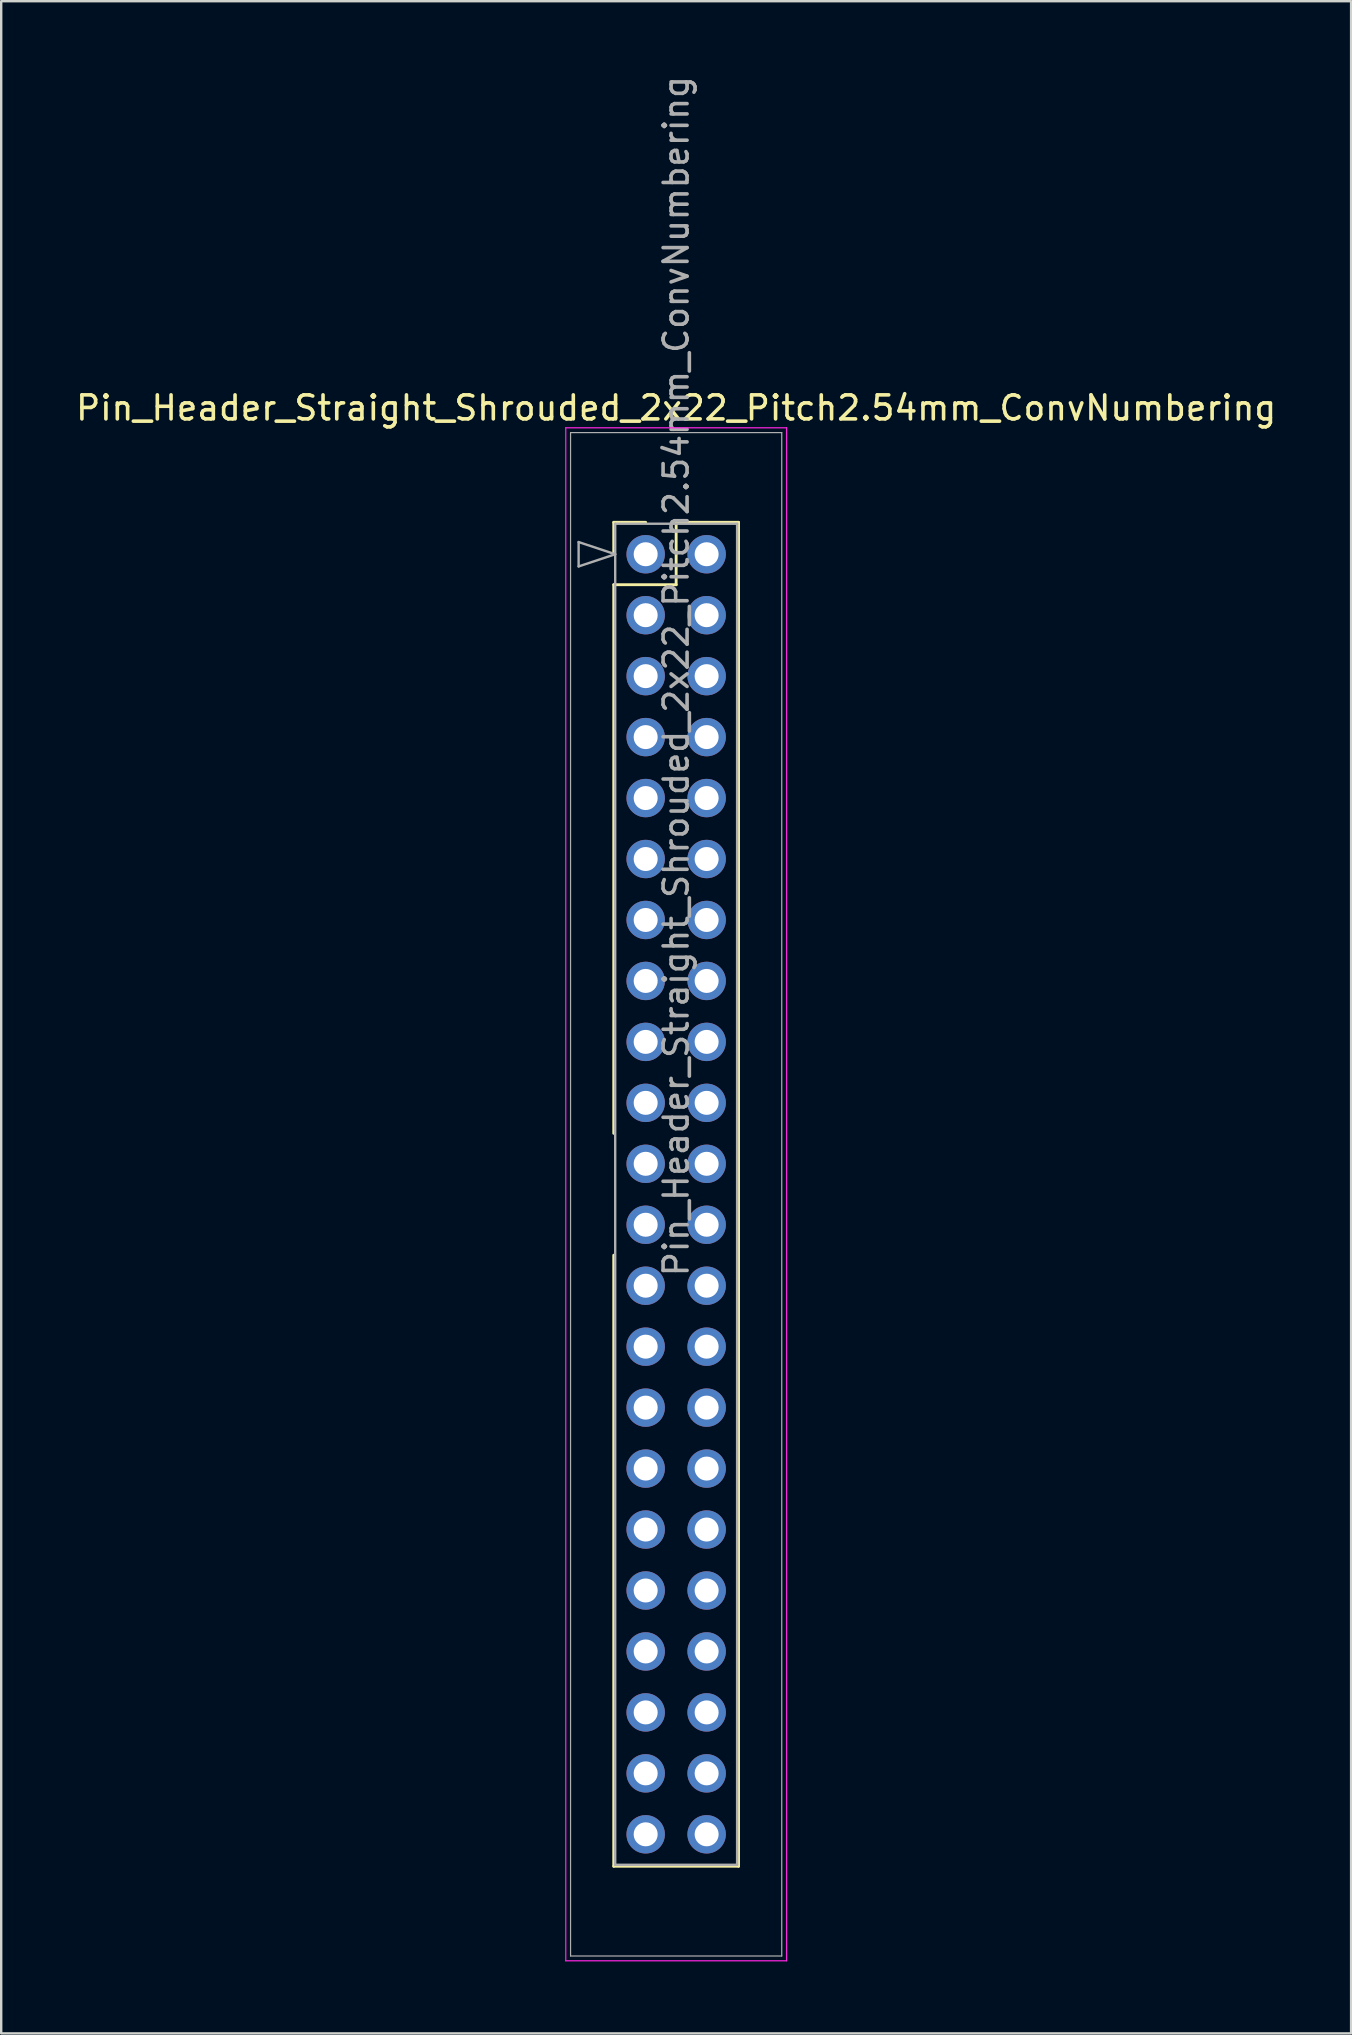
<source format=kicad_pcb>
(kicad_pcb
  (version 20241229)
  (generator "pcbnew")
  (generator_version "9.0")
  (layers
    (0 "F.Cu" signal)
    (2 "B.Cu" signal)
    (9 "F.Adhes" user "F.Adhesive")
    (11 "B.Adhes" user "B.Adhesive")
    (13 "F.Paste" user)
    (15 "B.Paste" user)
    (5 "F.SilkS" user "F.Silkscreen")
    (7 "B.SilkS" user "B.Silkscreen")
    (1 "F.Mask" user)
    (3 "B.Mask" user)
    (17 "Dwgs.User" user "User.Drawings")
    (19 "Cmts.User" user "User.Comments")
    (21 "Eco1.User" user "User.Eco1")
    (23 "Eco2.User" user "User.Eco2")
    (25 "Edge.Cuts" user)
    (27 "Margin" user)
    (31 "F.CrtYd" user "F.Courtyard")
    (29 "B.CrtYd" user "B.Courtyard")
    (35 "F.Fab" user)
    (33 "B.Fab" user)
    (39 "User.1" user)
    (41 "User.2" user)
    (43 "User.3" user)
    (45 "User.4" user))
  (footprint "Pin_Header_Straight_Shrouded_2x22_Pitch2.54mm_ConvNumbering"
    (layer "F.Cu")
    (at 23.855 20.045)
    (property "Reference" "Pin_Header_Straight_Shrouded_2x22_Pitch2.54mm_ConvNumbering" (at 1.27 -6.096 0) (layer "F.SilkS") (effects (font (size 1 1) (thickness 0.15))))
    (attr through_hole)
    (fp_line (start -1.33 -1.33) (end 0 -1.33) (stroke (width 0.12) (type solid)) (layer "F.SilkS"))
    (fp_line (start -1.33 0) (end -1.33 -1.33) (stroke (width 0.12) (type solid)) (layer "F.SilkS"))
    (fp_line (start -1.33 1.27) (end -1.33 24.13) (stroke (width 0.12) (type solid)) (layer "F.SilkS"))
    (fp_line (start -1.33 1.27) (end 1.27 1.27) (stroke (width 0.12) (type solid)) (layer "F.SilkS"))
    (fp_line (start -1.33 29.21) (end -1.33 54.67) (stroke (width 0.12) (type solid)) (layer "F.SilkS"))
    (fp_line (start -1.33 54.67) (end 3.87 54.67) (stroke (width 0.12) (type solid)) (layer "F.SilkS"))
    (fp_line (start 1.27 -1.33) (end 3.87 -1.33) (stroke (width 0.12) (type solid)) (layer "F.SilkS"))
    (fp_line (start 1.27 1.27) (end 1.27 -1.33) (stroke (width 0.12) (type solid)) (layer "F.SilkS"))
    (fp_line (start 3.87 -1.33) (end 3.87 54.67) (stroke (width 0.12) (type solid)) (layer "F.SilkS"))
    (fp_line (start -3.33 -5.27) (end -3.33 58.61) (stroke (width 0.05) (type solid)) (layer "F.CrtYd"))
    (fp_line (start -3.33 58.61) (end 5.87 58.61) (stroke (width 0.05) (type solid)) (layer "F.CrtYd"))
    (fp_line (start 5.87 -5.27) (end -3.33 -5.27) (stroke (width 0.05) (type solid)) (layer "F.CrtYd"))
    (fp_line (start 5.87 58.61) (end 5.87 -5.27) (stroke (width 0.05) (type solid)) (layer "F.CrtYd"))
    (fp_line (start -3.13 -5.07) (end -3.13 58.41) (stroke (width 0.05) (type solid)) (layer "F.Fab"))
    (fp_line (start -3.13 58.41) (end 5.67 58.41) (stroke (width 0.05) (type solid)) (layer "F.Fab"))
    (fp_line (start -2.794 -0.508) (end -1.27 0) (stroke (width 0.1) (type solid)) (layer "F.Fab"))
    (fp_line (start -2.794 0.508) (end -2.794 -0.508) (stroke (width 0.1) (type solid)) (layer "F.Fab"))
    (fp_line (start -1.27 -1.27) (end -1.27 54.61) (stroke (width 0.1) (type solid)) (layer "F.Fab"))
    (fp_line (start -1.27 0) (end -2.794 0.508) (stroke (width 0.1) (type solid)) (layer "F.Fab"))
    (fp_line (start -1.27 54.61) (end 3.81 54.61) (stroke (width 0.1) (type solid)) (layer "F.Fab"))
    (fp_line (start 3.81 -1.27) (end -1.27 -1.27) (stroke (width 0.1) (type solid)) (layer "F.Fab"))
    (fp_line (start 3.81 54.61) (end 3.81 -1.27) (stroke (width 0.1) (type solid)) (layer "F.Fab"))
    (fp_line (start 5.67 -5.07) (end -3.13 -5.07) (stroke (width 0.05) (type solid)) (layer "F.Fab"))
    (fp_line (start 5.67 58.41) (end 5.67 -5.07) (stroke (width 0.05) (type solid)) (layer "F.Fab"))
    (fp_text user "${REFERENCE}" (at 1.27 5.08 90) (layer "F.Fab") (effects (font (size 1 1) (thickness 0.15))))
    (pad "1" thru_hole oval (at 0 0) (size 1.6 1.6) (drill 1) (layers "*.Cu" "*.Mask"))
    (pad "2" thru_hole oval (at 2.54 0) (size 1.6 1.6) (drill 1) (layers "*.Cu" "*.Mask"))
    (pad "3" thru_hole oval (at 0 2.54) (size 1.6 1.6) (drill 1) (layers "*.Cu" "*.Mask"))
    (pad "4" thru_hole oval (at 2.54 2.54) (size 1.6 1.6) (drill 1) (layers "*.Cu" "*.Mask"))
    (pad "5" thru_hole oval (at 0 5.08) (size 1.6 1.6) (drill 1) (layers "*.Cu" "*.Mask"))
    (pad "6" thru_hole oval (at 2.54 5.08) (size 1.6 1.6) (drill 1) (layers "*.Cu" "*.Mask"))
    (pad "7" thru_hole oval (at 0 7.62) (size 1.6 1.6) (drill 1) (layers "*.Cu" "*.Mask"))
    (pad "8" thru_hole oval (at 2.54 7.62) (size 1.6 1.6) (drill 1) (layers "*.Cu" "*.Mask"))
    (pad "9" thru_hole oval (at 0 10.16) (size 1.6 1.6) (drill 1) (layers "*.Cu" "*.Mask"))
    (pad "10" thru_hole oval (at 2.54 10.16) (size 1.6 1.6) (drill 1) (layers "*.Cu" "*.Mask"))
    (pad "11" thru_hole oval (at 0 12.7) (size 1.6 1.6) (drill 1) (layers "*.Cu" "*.Mask"))
    (pad "12" thru_hole oval (at 2.54 12.7) (size 1.6 1.6) (drill 1) (layers "*.Cu" "*.Mask"))
    (pad "13" thru_hole oval (at 0 15.24) (size 1.6 1.6) (drill 1) (layers "*.Cu" "*.Mask"))
    (pad "14" thru_hole oval (at 2.54 15.24) (size 1.6 1.6) (drill 1) (layers "*.Cu" "*.Mask"))
    (pad "15" thru_hole oval (at 0 17.78) (size 1.6 1.6) (drill 1) (layers "*.Cu" "*.Mask"))
    (pad "16" thru_hole oval (at 2.54 17.78) (size 1.6 1.6) (drill 1) (layers "*.Cu" "*.Mask"))
    (pad "17" thru_hole oval (at 0 20.32) (size 1.6 1.6) (drill 1) (layers "*.Cu" "*.Mask"))
    (pad "18" thru_hole oval (at 2.54 20.32) (size 1.6 1.6) (drill 1) (layers "*.Cu" "*.Mask"))
    (pad "19" thru_hole oval (at 0 22.86) (size 1.6 1.6) (drill 1) (layers "*.Cu" "*.Mask"))
    (pad "20" thru_hole oval (at 2.54 22.86) (size 1.6 1.6) (drill 1) (layers "*.Cu" "*.Mask"))
    (pad "21" thru_hole oval (at 0 25.4) (size 1.6 1.6) (drill 1) (layers "*.Cu" "*.Mask"))
    (pad "22" thru_hole oval (at 2.54 25.4) (size 1.6 1.6) (drill 1) (layers "*.Cu" "*.Mask"))
    (pad "23" thru_hole oval (at 0 27.94) (size 1.6 1.6) (drill 1) (layers "*.Cu" "*.Mask"))
    (pad "24" thru_hole oval (at 2.54 27.94) (size 1.6 1.6) (drill 1) (layers "*.Cu" "*.Mask"))
    (pad "25" thru_hole oval (at 0 30.48) (size 1.6 1.6) (drill 1) (layers "*.Cu" "*.Mask"))
    (pad "26" thru_hole oval (at 2.54 30.48) (size 1.6 1.6) (drill 1) (layers "*.Cu" "*.Mask"))
    (pad "27" thru_hole oval (at 0 33.02) (size 1.6 1.6) (drill 1) (layers "*.Cu" "*.Mask"))
    (pad "28" thru_hole oval (at 2.54 33.02) (size 1.6 1.6) (drill 1) (layers "*.Cu" "*.Mask"))
    (pad "29" thru_hole oval (at 0 35.56) (size 1.6 1.6) (drill 1) (layers "*.Cu" "*.Mask"))
    (pad "30" thru_hole oval (at 2.54 35.56) (size 1.6 1.6) (drill 1) (layers "*.Cu" "*.Mask"))
    (pad "31" thru_hole oval (at 0 38.1) (size 1.6 1.6) (drill 1) (layers "*.Cu" "*.Mask"))
    (pad "32" thru_hole oval (at 2.54 38.1) (size 1.6 1.6) (drill 1) (layers "*.Cu" "*.Mask"))
    (pad "33" thru_hole oval (at 0 40.64) (size 1.6 1.6) (drill 1) (layers "*.Cu" "*.Mask"))
    (pad "34" thru_hole oval (at 2.54 40.64) (size 1.6 1.6) (drill 1) (layers "*.Cu" "*.Mask"))
    (pad "35" thru_hole oval (at 0 43.18) (size 1.6 1.6) (drill 1) (layers "*.Cu" "*.Mask"))
    (pad "36" thru_hole oval (at 2.54 43.18) (size 1.6 1.6) (drill 1) (layers "*.Cu" "*.Mask"))
    (pad "37" thru_hole oval (at 0 45.72) (size 1.6 1.6) (drill 1) (layers "*.Cu" "*.Mask"))
    (pad "38" thru_hole oval (at 2.54 45.72) (size 1.6 1.6) (drill 1) (layers "*.Cu" "*.Mask"))
    (pad "39" thru_hole oval (at 0 48.26) (size 1.6 1.6) (drill 1) (layers "*.Cu" "*.Mask"))
    (pad "40" thru_hole oval (at 2.54 48.26) (size 1.6 1.6) (drill 1) (layers "*.Cu" "*.Mask"))
    (pad "41" thru_hole oval (at 0 50.8) (size 1.6 1.6) (drill 1) (layers "*.Cu" "*.Mask"))
    (pad "42" thru_hole oval (at 2.54 50.8) (size 1.6 1.6) (drill 1) (layers "*.Cu" "*.Mask"))
    (pad "43" thru_hole oval (at 0 53.34) (size 1.6 1.6) (drill 1) (layers "*.Cu" "*.Mask"))
    (pad "44" thru_hole oval (at 2.54 53.34) (size 1.6 1.6) (drill 1) (layers "*.Cu" "*.Mask")))
  (gr_rect
    (start -3 -3)
    (end 53.25 81.68)
    (stroke (width 0.1) (type default))
    (fill no)
    (layer "Edge.Cuts")))
</source>
